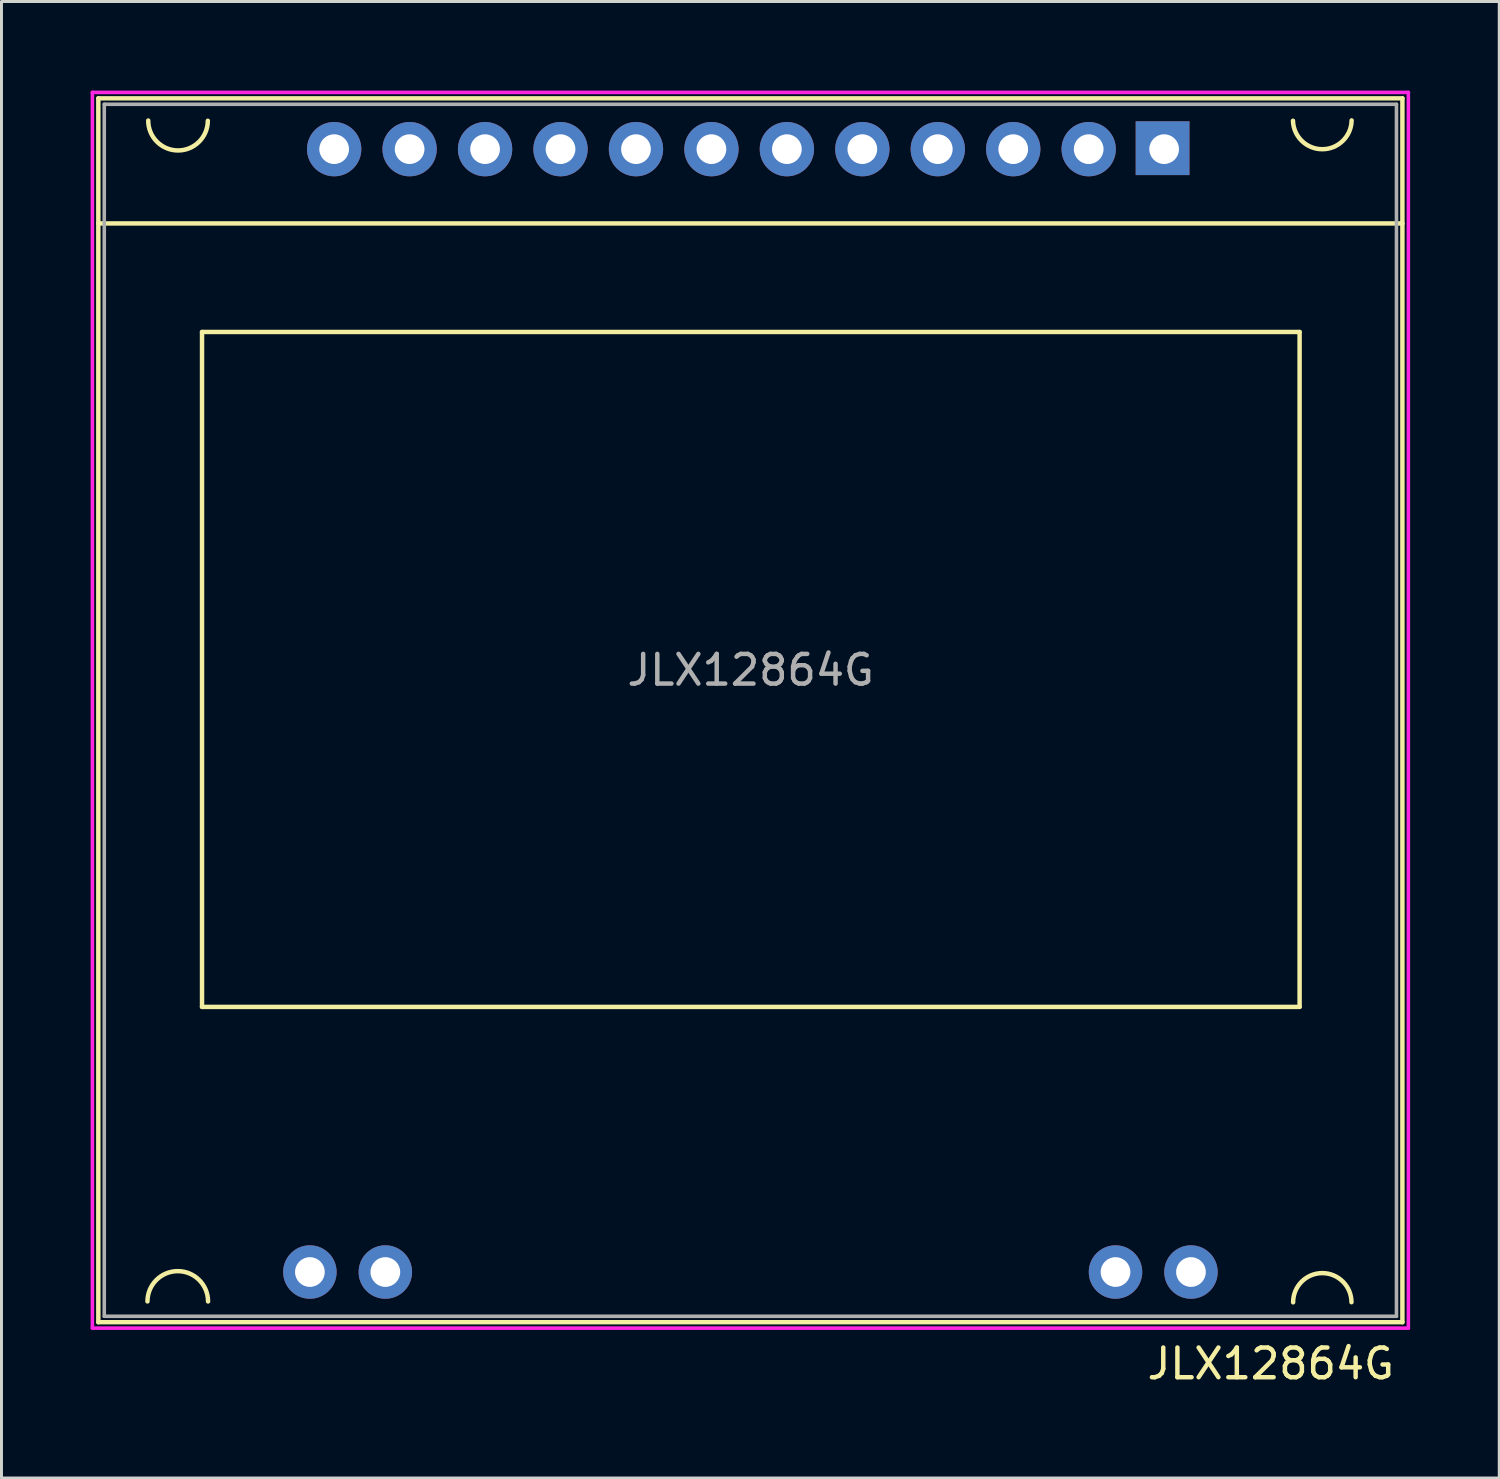
<source format=kicad_pcb>
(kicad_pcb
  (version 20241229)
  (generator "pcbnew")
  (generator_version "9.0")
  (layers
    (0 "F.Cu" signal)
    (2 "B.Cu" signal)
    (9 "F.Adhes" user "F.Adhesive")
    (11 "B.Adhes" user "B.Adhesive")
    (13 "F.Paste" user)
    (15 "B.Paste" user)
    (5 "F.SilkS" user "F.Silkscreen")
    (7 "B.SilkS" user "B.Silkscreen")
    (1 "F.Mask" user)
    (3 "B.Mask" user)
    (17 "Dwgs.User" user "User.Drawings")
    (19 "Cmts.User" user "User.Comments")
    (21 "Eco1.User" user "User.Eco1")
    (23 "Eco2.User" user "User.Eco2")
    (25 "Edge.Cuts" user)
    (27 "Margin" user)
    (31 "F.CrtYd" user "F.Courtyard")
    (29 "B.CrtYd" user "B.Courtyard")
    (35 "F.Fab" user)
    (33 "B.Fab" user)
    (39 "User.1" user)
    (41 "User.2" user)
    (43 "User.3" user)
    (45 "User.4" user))
  (footprint "JLX12864G"
    (layer "F.Cu")
    (at 22.22 19.507)
    (property "Reference" "JLX12864G" (at 21.75 23.35 0) (layer "F.SilkS") (effects (font (size 1 1) (thickness 0.15)) (justify right)))
    (fp_line (start -21.96 -19.247) (end -21.96 21.953) (stroke (width 0.15) (type solid)) (layer "F.SilkS"))
    (fp_line (start -21.96 -15.035) (end 21.94 -15.035) (stroke (width 0.15) (type solid)) (layer "F.SilkS"))
    (fp_line (start -21.96 21.953) (end 21.94 21.953) (stroke (width 0.15) (type solid)) (layer "F.SilkS"))
    (fp_line (start -18.469 -11.381) (end 18.479 -11.381) (stroke (width 0.15) (type solid)) (layer "F.SilkS"))
    (fp_line (start -18.469 11.338) (end -18.469 -11.381) (stroke (width 0.15) (type solid)) (layer "F.SilkS"))
    (fp_line (start 18.479 -11.381) (end 18.479 11.338) (stroke (width 0.15) (type solid)) (layer "F.SilkS"))
    (fp_line (start 18.479 11.338) (end -18.469 11.338) (stroke (width 0.15) (type solid)) (layer "F.SilkS"))
    (fp_line (start 21.94 -19.247) (end -21.96 -19.247) (stroke (width 0.15) (type solid)) (layer "F.SilkS"))
    (fp_line (start 21.94 21.953) (end 21.94 -19.247) (stroke (width 0.15) (type solid)) (layer "F.SilkS"))
    (fp_arc (start -20.305995 21.253408) (mid -19.285704 20.241969) (end -18.266 21.254) (stroke (width 0.15) (type solid)) (layer "F.SilkS"))
    (fp_arc (start -18.273968 -18.49128) (mid -19.28086 -17.487975) (end -20.28 -18.499) (stroke (width 0.15) (type solid)) (layer "F.SilkS"))
    (fp_arc (start 18.260992 21.284366) (mid 19.240817 20.301994) (end 20.225 21.28) (stroke (width 0.15) (type solid)) (layer "F.SilkS"))
    (fp_arc (start 20.230239 -18.502956) (mid 19.248479 -17.531646) (end 18.256 -18.492) (stroke (width 0.15) (type solid)) (layer "F.SilkS"))
    (fp_line (start -22.16 -19.447) (end 22.14 -19.447) (stroke (width 0.12) (type solid)) (layer "F.CrtYd"))
    (fp_line (start -22.16 22.153) (end -22.16 -19.447) (stroke (width 0.12) (type solid)) (layer "F.CrtYd"))
    (fp_line (start 22.14 -19.447) (end 22.14 22.153) (stroke (width 0.12) (type solid)) (layer "F.CrtYd"))
    (fp_line (start 22.14 22.153) (end -22.16 22.153) (stroke (width 0.12) (type solid)) (layer "F.CrtYd"))
    (fp_line (start -21.76 -19.047) (end -21.76 21.753) (stroke (width 0.12) (type solid)) (layer "F.Fab"))
    (fp_line (start -21.76 -19.047) (end 21.74 -19.047) (stroke (width 0.12) (type solid)) (layer "F.Fab"))
    (fp_line (start 21.74 -19.047) (end 21.74 21.753) (stroke (width 0.12) (type solid)) (layer "F.Fab"))
    (fp_line (start 21.74 21.753) (end -21.76 21.753) (stroke (width 0.12) (type solid)) (layer "F.Fab"))
    (fp_text user "${REFERENCE}" (at 0 0 0) (layer "F.Fab") (effects (font (size 1 1) (thickness 0.15))))
    (pad "" thru_hole circle (at -14.838 20.264) (size 1.8 1.8) (drill 1) (layers "*.Cu" "*.Mask"))
    (pad "" thru_hole circle (at -12.298 20.264) (size 1.8 1.8) (drill 1) (layers "*.Cu" "*.Mask"))
    (pad "" thru_hole circle (at 12.282 20.264) (size 1.8 1.8) (drill 1) (layers "*.Cu" "*.Mask"))
    (pad "" thru_hole circle (at 14.822 20.264) (size 1.8 1.8) (drill 1) (layers "*.Cu" "*.Mask"))
    (pad "1" thru_hole rect (at 13.919 -17.536) (size 1.81 1.81) (drill 1 (offset -0.053 -0.032)) (layers "*.Cu" "*.Mask"))
    (pad "2" thru_hole circle (at 11.379 -17.536) (size 1.829 1.829) (drill 1) (layers "*.Cu" "*.Mask"))
    (pad "3" thru_hole circle (at 8.839 -17.536) (size 1.829 1.829) (drill 1) (layers "*.Cu" "*.Mask"))
    (pad "4" thru_hole circle (at 6.299 -17.536) (size 1.829 1.829) (drill 1) (layers "*.Cu" "*.Mask"))
    (pad "5" thru_hole circle (at 3.759 -17.536) (size 1.829 1.829) (drill 1) (layers "*.Cu" "*.Mask"))
    (pad "6" thru_hole circle (at 1.219 -17.536) (size 1.829 1.829) (drill 1) (layers "*.Cu" "*.Mask"))
    (pad "7" thru_hole circle (at -1.321 -17.536) (size 1.829 1.829) (drill 1) (layers "*.Cu" "*.Mask"))
    (pad "8" thru_hole circle (at -3.861 -17.536) (size 1.829 1.829) (drill 1) (layers "*.Cu" "*.Mask"))
    (pad "9" thru_hole circle (at -6.401 -17.536) (size 1.829 1.829) (drill 1) (layers "*.Cu" "*.Mask"))
    (pad "10" thru_hole circle (at -8.941 -17.536) (size 1.829 1.829) (drill 1) (layers "*.Cu" "*.Mask"))
    (pad "11" thru_hole circle (at -11.481 -17.536) (size 1.829 1.829) (drill 1) (layers "*.Cu" "*.Mask"))
    (pad "12" thru_hole circle (at -14.021 -17.536) (size 1.829 1.829) (drill 1) (layers "*.Cu" "*.Mask")))
  (gr_rect
    (start -3 -3)
    (end 47.42 46.705)
    (stroke (width 0.1) (type default))
    (fill no)
    (layer "Edge.Cuts")))
</source>
